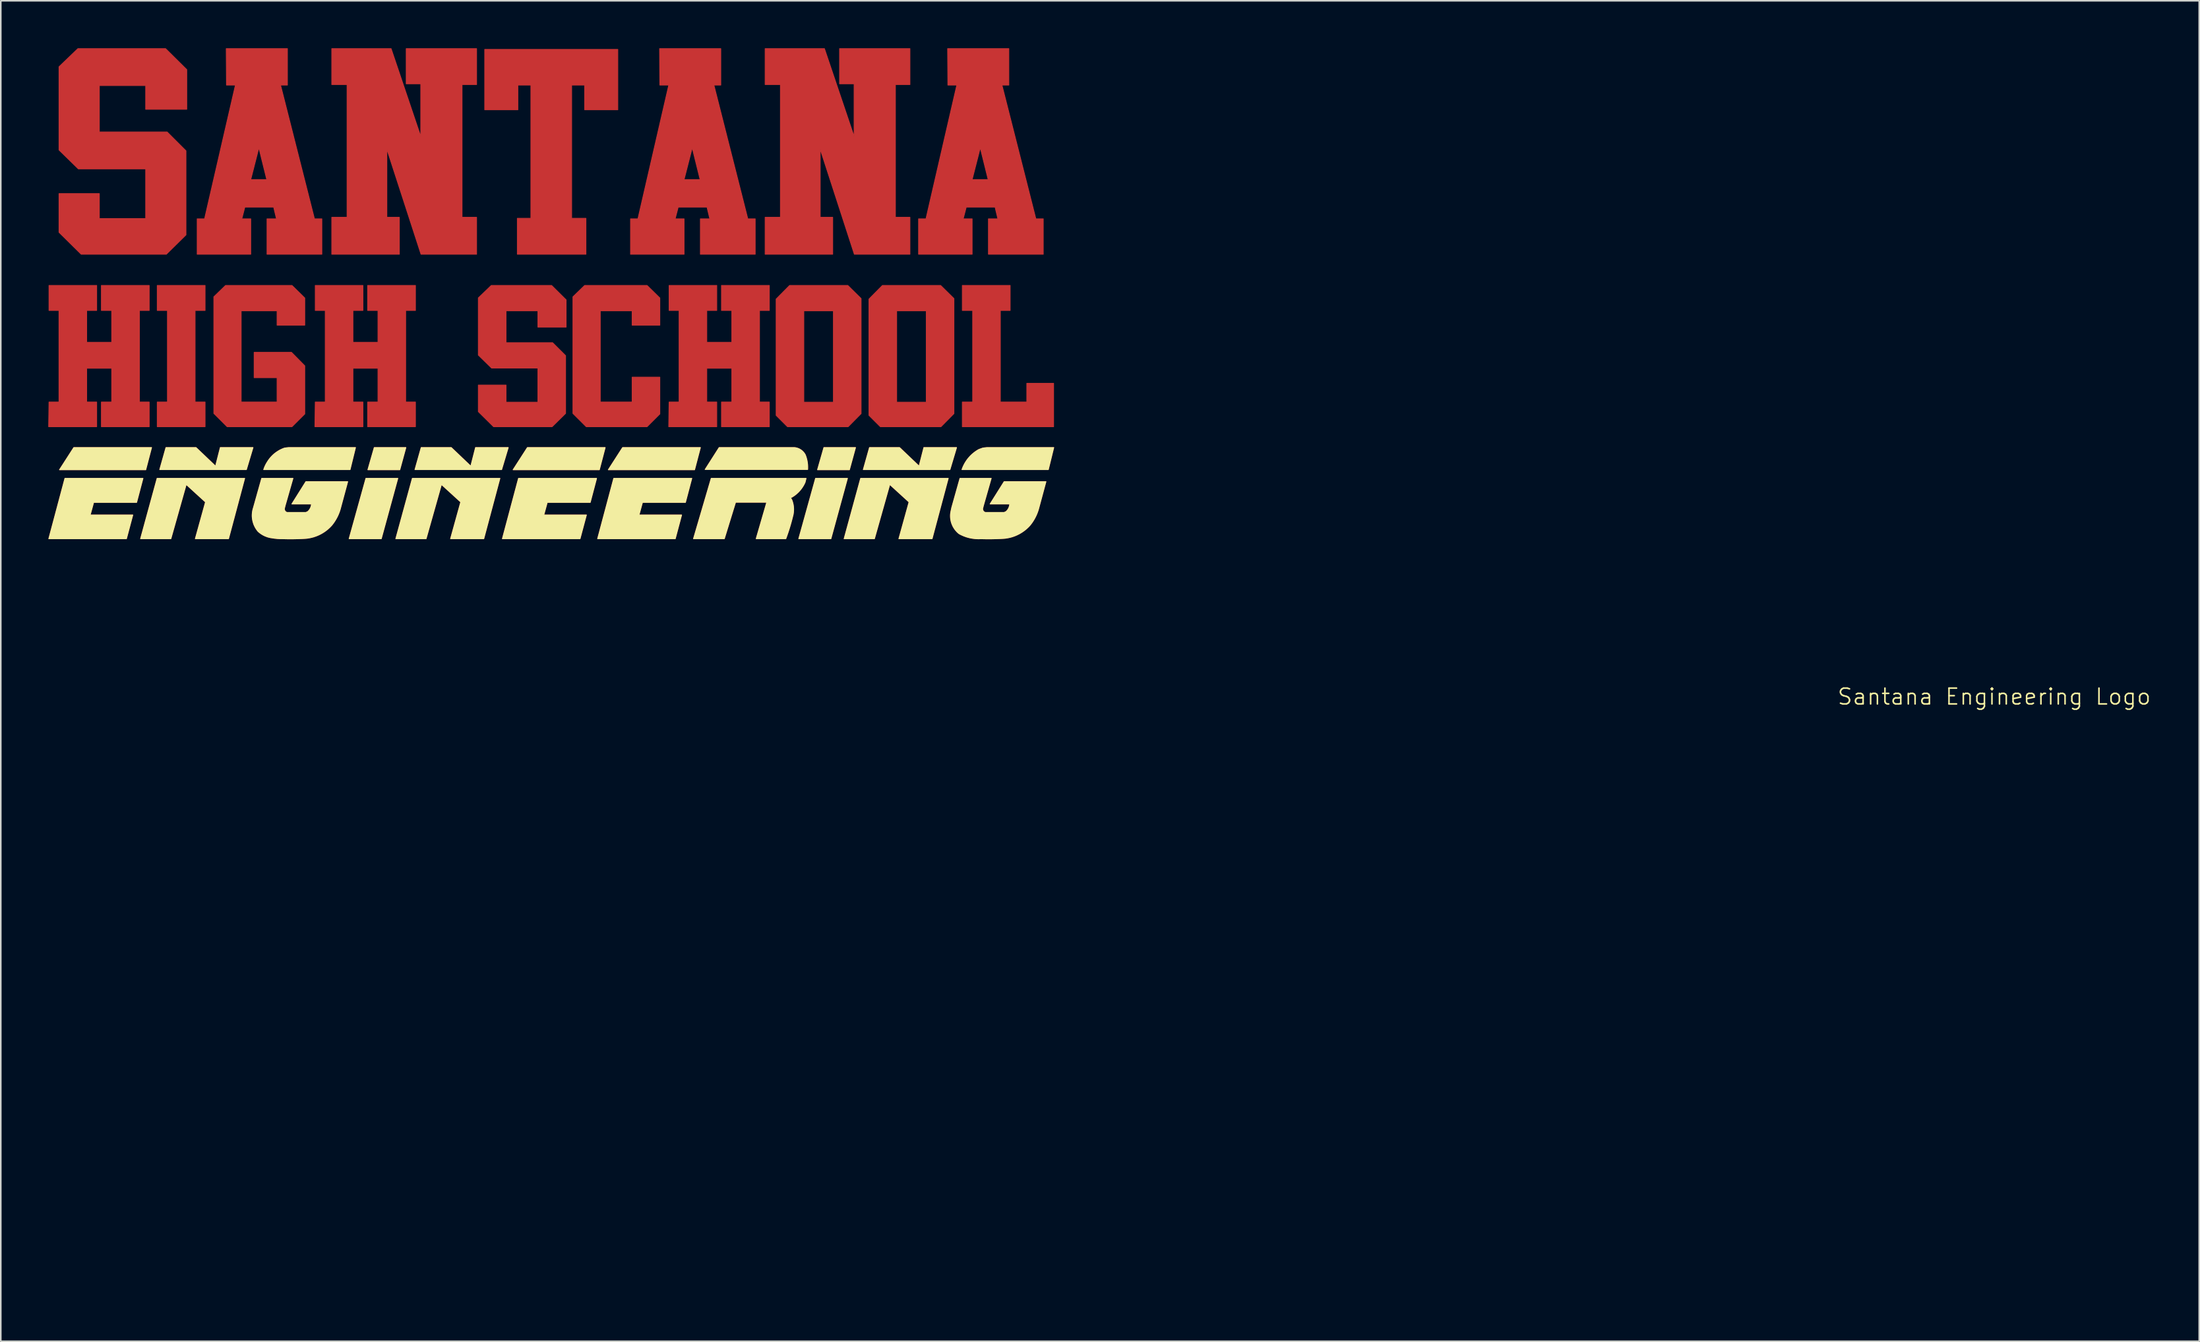
<source format=kicad_pcb>
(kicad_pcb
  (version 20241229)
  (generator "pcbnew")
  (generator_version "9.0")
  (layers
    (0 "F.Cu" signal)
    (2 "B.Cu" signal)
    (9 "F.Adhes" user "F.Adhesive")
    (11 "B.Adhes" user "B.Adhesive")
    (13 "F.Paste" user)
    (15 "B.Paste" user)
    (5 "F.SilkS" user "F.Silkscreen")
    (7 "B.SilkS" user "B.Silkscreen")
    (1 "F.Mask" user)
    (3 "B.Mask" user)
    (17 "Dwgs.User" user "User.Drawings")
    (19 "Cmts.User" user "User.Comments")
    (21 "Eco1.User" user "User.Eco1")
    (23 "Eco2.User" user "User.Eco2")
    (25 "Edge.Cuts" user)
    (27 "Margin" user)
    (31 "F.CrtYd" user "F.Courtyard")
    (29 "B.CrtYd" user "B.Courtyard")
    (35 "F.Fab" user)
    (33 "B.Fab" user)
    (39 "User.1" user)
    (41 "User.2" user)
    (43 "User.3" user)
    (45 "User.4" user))
  (footprint "Santana Engineering Logo"
    (layer "F.Cu")
    (at 111.681 78.495)
    (property "Reference" "Santana Engineering Logo" (at 11.28 -37.5 0) (unlocked yes) (layer "F.SilkS") (effects (font (size 1 1) (thickness 0.1))))
    (fp_poly (pts (xy -105.522 -51.847) (xy -110.971 -51.847) (xy -110.068 -53.251) (xy -105.155 -53.251)) (stroke (width 0.05) (type solid)) (fill yes) (layer "F.Cu"))
    (fp_poly (pts (xy -90.639 -47.485) (xy -92.67 -47.485) (xy -91.609 -51.304) (xy -89.595 -51.304)) (stroke (width 0.05) (type solid)) (fill yes) (layer "F.Cu"))
    (fp_poly (pts (xy -89.469 -51.847) (xy -91.484 -51.847) (xy -91.082 -53.251) (xy -89.085 -53.251)) (stroke (width 0.05) (type solid)) (fill yes) (layer "F.Cu"))
    (fp_poly (pts (xy -76.86 -51.847) (xy -82.308 -51.847) (xy -81.405 -53.251) (xy -76.492 -53.251)) (stroke (width 0.05) (type solid)) (fill yes) (layer "F.Cu"))
    (fp_poly (pts (xy -70.843 -51.847) (xy -76.292 -51.847) (xy -75.389 -53.251) (xy -70.475 -53.251)) (stroke (width 0.05) (type solid)) (fill yes) (layer "F.Cu"))
    (fp_poly (pts (xy -62.228 -47.485) (xy -64.258 -47.485) (xy -63.197 -51.304) (xy -61.183 -51.304)) (stroke (width 0.05) (type solid)) (fill yes) (layer "F.Cu"))
    (fp_poly (pts (xy -61.058 -51.847) (xy -63.071 -51.847) (xy -62.67 -53.251) (xy -60.673 -53.251)) (stroke (width 0.05) (type solid)) (fill yes) (layer "F.Cu"))
    (fp_poly (pts (xy -101.11 -52.072) (xy -100.809 -53.251) (xy -98.745 -53.251) (xy -99.163 -51.855) (xy -104.637 -51.855) (xy -104.244 -53.251) (xy -102.347 -53.251)) (stroke (width 0.05) (type solid)) (fill yes) (layer "F.Cu"))
    (fp_poly (pts (xy -84.982 -52.072) (xy -84.681 -53.251) (xy -82.617 -53.251) (xy -83.035 -51.855) (xy -88.509 -51.855) (xy -88.116 -53.251) (xy -86.219 -53.251)) (stroke (width 0.05) (type solid)) (fill yes) (layer "F.Cu"))
    (fp_poly (pts (xy -56.654 -52.072) (xy -56.353 -53.251) (xy -54.289 -53.251) (xy -54.707 -51.855) (xy -60.18 -51.855) (xy -59.788 -53.251) (xy -57.891 -53.251)) (stroke (width 0.05) (type solid)) (fill yes) (layer "F.Cu"))
    (fp_poly (pts (xy -106.099 -49.783) (xy -108.815 -49.783) (xy -109.032 -48.989) (xy -106.341 -48.989) (xy -106.742 -47.485) (xy -111.647 -47.485) (xy -110.628 -51.304) (xy -105.698 -51.304)) (stroke (width 0.05) (type solid)) (fill yes) (layer "F.Cu"))
    (fp_poly (pts (xy -100.291 -47.485) (xy -102.388 -47.485) (xy -101.745 -49.805) (xy -102.965 -50.919) (xy -103.934 -47.485) (xy -105.848 -47.485) (xy -104.803 -51.304) (xy -99.272 -51.304)) (stroke (width 0.05) (type solid)) (fill yes) (layer "F.Cu"))
    (fp_poly (pts (xy -84.163 -47.485) (xy -86.26 -47.485) (xy -85.617 -49.805) (xy -86.837 -50.919) (xy -87.807 -47.485) (xy -89.72 -47.485) (xy -88.675 -51.304) (xy -83.144 -51.304)) (stroke (width 0.05) (type solid)) (fill yes) (layer "F.Cu"))
    (fp_poly (pts (xy -77.436 -49.783) (xy -80.152 -49.783) (xy -80.369 -48.989) (xy -77.678 -48.989) (xy -78.08 -47.485) (xy -82.985 -47.485) (xy -81.966 -51.304) (xy -77.035 -51.304)) (stroke (width 0.05) (type solid)) (fill yes) (layer "F.Cu"))
    (fp_poly (pts (xy -71.42 -49.783) (xy -74.135 -49.783) (xy -74.353 -48.989) (xy -71.662 -48.989) (xy -72.063 -47.485) (xy -76.968 -47.485) (xy -75.949 -51.304) (xy -71.019 -51.304)) (stroke (width 0.05) (type solid)) (fill yes) (layer "F.Cu"))
    (fp_poly (pts (xy -55.835 -47.485) (xy -57.932 -47.485) (xy -57.289 -49.805) (xy -58.509 -50.919) (xy -59.478 -47.485) (xy -61.392 -47.485) (xy -60.347 -51.304) (xy -54.815 -51.304)) (stroke (width 0.05) (type solid)) (fill yes) (layer "F.Cu"))
    (fp_poly (pts (xy -101.772 -61.917) (xy -102.403 -61.917) (xy -102.403 -56.128) (xy -101.772 -56.128) (xy -101.772 -54.568) (xy -104.794 -54.568) (xy -104.794 -56.128) (xy -104.151 -56.128) (xy -104.151 -61.917) (xy -104.794 -61.917) (xy -104.794 -63.5) (xy -101.772 -63.5)) (stroke (width 0.05) (type solid)) (fill yes) (layer "F.Cu"))
    (fp_poly (pts (xy -50.901 -61.917) (xy -51.521 -61.917) (xy -51.521 -56.128) (xy -49.849 -56.128) (xy -49.849 -57.312) (xy -48.156 -57.312) (xy -48.156 -54.568) (xy -53.923 -54.568) (xy -53.923 -56.128) (xy -53.269 -56.128) (xy -53.269 -61.917) (xy -53.923 -61.917) (xy -53.923 -63.5) (xy -50.901 -63.5)) (stroke (width 0.05) (type solid)) (fill yes) (layer "F.Cu"))
    (fp_poly (pts (xy -60.32 -62.671) (xy -60.32 -55.397) (xy -61.139 -54.568) (xy -64.969 -54.568) (xy -65.688 -55.286) (xy -65.688 -56.117) (xy -63.939 -56.117) (xy -62.069 -56.117) (xy -62.069 -61.895) (xy -63.939 -61.895) (xy -63.939 -56.117) (xy -65.688 -56.117) (xy -65.688 -62.638) (xy -64.836 -63.5) (xy -61.161 -63.5)) (stroke (width 0.05) (type solid)) (fill yes) (layer "F.Cu"))
    (fp_poly (pts (xy -54.454 -62.671) (xy -54.454 -55.397) (xy -55.273 -54.568) (xy -59.102 -54.568) (xy -59.822 -55.286) (xy -59.822 -56.117) (xy -58.073 -56.117) (xy -56.202 -56.117) (xy -56.202 -61.895) (xy -58.073 -61.895) (xy -58.073 -56.117) (xy -59.822 -56.117) (xy -59.822 -62.638) (xy -58.97 -63.5) (xy -55.295 -63.5)) (stroke (width 0.05) (type solid)) (fill yes) (layer "F.Cu"))
    (fp_poly (pts (xy -75.694 -74.605) (xy -77.787 -74.605) (xy -77.787 -76.167) (xy -78.609 -76.167) (xy -78.609 -67.743) (xy -77.707 -67.743) (xy -77.707 -65.472) (xy -82.04 -65.472) (xy -82.04 -67.743) (xy -81.186 -67.743) (xy -81.186 -76.167) (xy -82.008 -76.167) (xy -82.008 -74.605) (xy -84.102 -74.605) (xy -84.102 -78.422) (xy -75.694 -78.422)) (stroke (width 0.05) (type solid)) (fill yes) (layer "F.Cu"))
    (fp_poly (pts (xy -73.038 -62.707) (xy -73.038 -60.987) (xy -74.787 -60.987) (xy -74.787 -61.895) (xy -76.801 -61.895) (xy -76.801 -56.128) (xy -74.787 -56.128) (xy -74.787 -57.7) (xy -73.038 -57.7) (xy -73.038 -55.375) (xy -73.846 -54.568) (xy -77.686 -54.568) (xy -78.528 -55.408) (xy -78.528 -62.781) (xy -77.786 -63.5) (xy -73.846 -63.5)) (stroke (width 0.05) (type solid)) (fill yes) (layer "F.Cu"))
    (fp_poly (pts (xy -95.474 -62.707) (xy -95.474 -60.987) (xy -97.223 -60.987) (xy -97.223 -61.895) (xy -99.492 -61.895) (xy -99.492 -56.128) (xy -97.223 -56.128) (xy -97.223 -57.667) (xy -98.672 -57.667) (xy -98.672 -59.272) (xy -96.315 -59.272) (xy -95.474 -58.419) (xy -95.474 -55.375) (xy -96.282 -54.568) (xy -100.377 -54.568) (xy -101.218 -55.408) (xy -101.218 -62.781) (xy -100.477 -63.5) (xy -96.282 -63.5)) (stroke (width 0.05) (type solid)) (fill yes) (layer "F.Cu"))
    (fp_poly (pts (xy -48.49 -51.855) (xy -53.946 -51.855) (xy -53.909 -51.956) (xy -53.868 -52.055) (xy -53.822 -52.151) (xy -53.772 -52.245) (xy -53.717 -52.337) (xy -53.659 -52.425) (xy -53.597 -52.511) (xy -53.53 -52.594) (xy -53.46 -52.673) (xy -53.387 -52.75) (xy -53.309 -52.823) (xy -53.229 -52.892) (xy -53.145 -52.958) (xy -53.058 -53.02) (xy -52.968 -53.078) (xy -52.875 -53.131) (xy -52.624 -53.221) (xy -52.367 -53.251) (xy -48.147 -53.251)) (stroke (width 0.05) (type solid)) (fill yes) (layer "F.Cu"))
    (fp_poly (pts (xy -102.931 -77.144) (xy -102.931 -74.637) (xy -105.525 -74.637) (xy -105.525 -76.135) (xy -108.456 -76.135) (xy -108.456 -73.203) (xy -104.172 -73.203) (xy -102.98 -72.011) (xy -102.98 -66.696) (xy -104.22 -65.472) (xy -109.6 -65.472) (xy -111.001 -66.857) (xy -111.001 -69.305) (xy -108.456 -69.305) (xy -108.456 -67.727) (xy -105.525 -67.727) (xy -105.525 -70.868) (xy -109.781 -70.868) (xy -111.001 -72.062) (xy -111.001 -77.324) (xy -109.809 -78.47) (xy -104.268 -78.47)) (stroke (width 0.05) (type solid)) (fill yes) (layer "F.Cu"))
    (fp_poly (pts (xy -88.144 -72.914) (xy -88.144 -76.248) (xy -89.063 -76.248) (xy -89.063 -78.47) (xy -84.617 -78.47) (xy -84.617 -76.199) (xy -85.535 -76.199) (xy -85.535 -67.807) (xy -84.617 -67.807) (xy -84.617 -65.472) (xy -88.128 -65.472) (xy -90.287 -72.124) (xy -90.287 -67.807) (xy -89.498 -67.807) (xy -89.498 -65.472) (xy -93.766 -65.472) (xy -93.766 -67.807) (xy -92.8 -67.807) (xy -92.8 -76.199) (xy -93.766 -76.199) (xy -93.766 -78.47) (xy -90.018 -78.47)) (stroke (width 0.05) (type solid)) (fill yes) (layer "F.Cu"))
    (fp_poly (pts (xy -78.959 -62.588) (xy -78.959 -60.866) (xy -80.742 -60.866) (xy -80.742 -61.895) (xy -82.756 -61.895) (xy -82.756 -59.88) (xy -79.812 -59.88) (xy -78.993 -59.062) (xy -78.993 -55.409) (xy -79.845 -54.568) (xy -83.542 -54.568) (xy -84.505 -55.519) (xy -84.505 -57.202) (xy -82.756 -57.202) (xy -82.756 -56.117) (xy -80.742 -56.117) (xy -80.742 -58.275) (xy -83.666 -58.275) (xy -84.505 -59.096) (xy -84.505 -62.712) (xy -83.686 -63.5) (xy -79.878 -63.5)) (stroke (width 0.05) (type solid)) (fill yes) (layer "F.Cu"))
    (fp_poly (pts (xy -60.762 -72.914) (xy -60.762 -76.248) (xy -61.68 -76.248) (xy -61.68 -78.47) (xy -57.234 -78.47) (xy -57.234 -76.199) (xy -58.152 -76.199) (xy -58.152 -67.807) (xy -57.234 -67.807) (xy -57.234 -65.472) (xy -60.746 -65.472) (xy -62.904 -72.124) (xy -62.904 -67.807) (xy -62.115 -67.807) (xy -62.115 -65.472) (xy -66.383 -65.472) (xy -66.383 -67.807) (xy -65.417 -67.807) (xy -65.417 -76.199) (xy -66.383 -76.199) (xy -66.383 -78.47) (xy -62.636 -78.47)) (stroke (width 0.05) (type solid)) (fill yes) (layer "F.Cu"))
    (fp_poly (pts (xy -96.569 -76.167) (xy -97.004 -76.167) (xy -94.861 -67.711) (xy -94.394 -67.711) (xy -94.394 -65.472) (xy -97.858 -65.472) (xy -97.858 -67.711) (xy -97.261 -67.711) (xy -97.439 -68.452) (xy -99.259 -68.452) (xy -99.452 -67.711) (xy -98.888 -67.711) (xy -98.888 -65.472) (xy -102.271 -65.472) (xy -102.271 -67.711) (xy -101.804 -67.711) (xy -101.232 -70.191) (xy -98.888 -70.191) (xy -97.874 -70.191) (xy -98.373 -72.205) (xy -98.888 -70.191) (xy -101.232 -70.191) (xy -99.855 -76.167) (xy -100.419 -76.167) (xy -100.435 -78.47) (xy -96.569 -78.47)) (stroke (width 0.05) (type solid)) (fill yes) (layer "F.Cu"))
    (fp_poly (pts (xy -69.186 -76.167) (xy -69.621 -76.167) (xy -67.479 -67.711) (xy -67.012 -67.711) (xy -67.012 -65.472) (xy -70.475 -65.472) (xy -70.475 -67.711) (xy -69.879 -67.711) (xy -70.056 -68.452) (xy -71.876 -68.452) (xy -72.069 -67.711) (xy -71.506 -67.711) (xy -71.506 -65.472) (xy -74.888 -65.472) (xy -74.888 -67.711) (xy -74.421 -67.711) (xy -73.849 -70.191) (xy -71.506 -70.191) (xy -70.491 -70.191) (xy -70.99 -72.205) (xy -71.506 -70.191) (xy -73.849 -70.191) (xy -72.472 -76.167) (xy -73.036 -76.167) (xy -73.052 -78.47) (xy -69.186 -78.47)) (stroke (width 0.05) (type solid)) (fill yes) (layer "F.Cu"))
    (fp_poly (pts (xy -50.985 -76.167) (xy -51.42 -76.167) (xy -49.277 -67.711) (xy -48.81 -67.711) (xy -48.81 -65.472) (xy -52.273 -65.472) (xy -52.273 -67.711) (xy -51.677 -67.711) (xy -51.854 -68.452) (xy -53.675 -68.452) (xy -53.868 -67.711) (xy -53.304 -67.711) (xy -53.304 -65.472) (xy -56.687 -65.472) (xy -56.687 -67.711) (xy -56.22 -67.711) (xy -55.648 -70.191) (xy -53.304 -70.191) (xy -52.29 -70.191) (xy -52.789 -72.205) (xy -53.304 -70.191) (xy -55.648 -70.191) (xy -54.271 -76.167) (xy -54.835 -76.167) (xy -54.851 -78.47) (xy -50.985 -78.47)) (stroke (width 0.05) (type solid)) (fill yes) (layer "F.Cu"))
    (fp_poly (pts (xy -108.623 -61.917) (xy -109.254 -61.917) (xy -109.254 -59.903) (xy -107.671 -59.903) (xy -107.671 -61.917) (xy -108.324 -61.917) (xy -108.324 -63.5) (xy -105.303 -63.5) (xy -105.303 -61.917) (xy -105.922 -61.917) (xy -105.922 -56.128) (xy -105.303 -56.128) (xy -105.303 -54.568) (xy -108.324 -54.568) (xy -108.324 -56.128) (xy -107.671 -56.128) (xy -107.671 -58.265) (xy -109.254 -58.265) (xy -109.254 -56.128) (xy -108.623 -56.128) (xy -108.623 -54.568) (xy -111.656 -54.568) (xy -111.634 -56.128) (xy -111.003 -56.128) (xy -111.003 -61.917) (xy -111.634 -61.917) (xy -111.634 -63.5) (xy -108.623 -63.5)) (stroke (width 0.05) (type solid)) (fill yes) (layer "F.Cu"))
    (fp_poly (pts (xy -92.612 -51.855) (xy -98.068 -51.855) (xy -98.047 -51.917) (xy -98.025 -51.978) (xy -98 -52.039) (xy -97.973 -52.099) (xy -97.945 -52.157) (xy -97.914 -52.215) (xy -97.881 -52.272) (xy -97.847 -52.327) (xy -97.798 -52.405) (xy -97.747 -52.48) (xy -97.692 -52.552) (xy -97.634 -52.622) (xy -97.574 -52.688) (xy -97.51 -52.753) (xy -97.444 -52.814) (xy -97.376 -52.872) (xy -97.305 -52.927) (xy -97.231 -52.979) (xy -97.155 -53.028) (xy -97.077 -53.074) (xy -96.997 -53.116) (xy -96.915 -53.154) (xy -96.831 -53.189) (xy -96.745 -53.221) (xy -96.489 -53.251) (xy -92.269 -53.251)) (stroke (width 0.05) (type solid)) (fill yes) (layer "F.Cu"))
    (fp_poly (pts (xy -91.799 -61.917) (xy -92.43 -61.917) (xy -92.43 -59.903) (xy -90.847 -59.903) (xy -90.847 -61.917) (xy -91.5 -61.917) (xy -91.5 -63.5) (xy -88.479 -63.5) (xy -88.479 -61.917) (xy -89.098 -61.917) (xy -89.098 -56.128) (xy -88.479 -56.128) (xy -88.479 -54.568) (xy -91.5 -54.568) (xy -91.5 -56.128) (xy -90.847 -56.128) (xy -90.847 -58.265) (xy -92.43 -58.265) (xy -92.43 -56.128) (xy -91.799 -56.128) (xy -91.799 -54.568) (xy -94.832 -54.568) (xy -94.81 -56.128) (xy -94.179 -56.128) (xy -94.179 -61.917) (xy -94.81 -61.917) (xy -94.81 -63.5) (xy -91.799 -63.5)) (stroke (width 0.05) (type solid)) (fill yes) (layer "F.Cu"))
    (fp_poly (pts (xy -69.441 -61.917) (xy -70.072 -61.917) (xy -70.072 -59.903) (xy -68.489 -59.903) (xy -68.489 -61.917) (xy -69.141 -61.917) (xy -69.141 -63.5) (xy -66.12 -63.5) (xy -66.12 -61.917) (xy -66.74 -61.917) (xy -66.74 -56.128) (xy -66.12 -56.128) (xy -66.12 -54.568) (xy -69.141 -54.568) (xy -69.141 -56.128) (xy -68.489 -56.128) (xy -68.489 -58.265) (xy -70.072 -58.265) (xy -70.072 -56.128) (xy -69.441 -56.128) (xy -69.441 -54.568) (xy -72.474 -54.568) (xy -72.451 -56.128) (xy -71.82 -56.128) (xy -71.82 -61.917) (xy -72.451 -61.917) (xy -72.451 -63.5) (xy -69.441 -63.5)) (stroke (width 0.05) (type solid)) (fill yes) (layer "F.Cu"))
    (fp_poly (pts (xy -64.48 -53.244) (xy -64.427 -53.234) (xy -64.375 -53.221) (xy -64.324 -53.205) (xy -64.274 -53.186) (xy -64.226 -53.164) (xy -64.18 -53.139) (xy -64.135 -53.111) (xy -64.091 -53.081) (xy -64.05 -53.048) (xy -64.011 -53.012) (xy -63.973 -52.974) (xy -63.939 -52.934) (xy -63.906 -52.891) (xy -63.876 -52.846) (xy -63.849 -52.799) (xy -63.827 -52.744) (xy -63.807 -52.687) (xy -63.788 -52.63) (xy -63.771 -52.573) (xy -63.756 -52.515) (xy -63.742 -52.457) (xy -63.73 -52.399) (xy -63.72 -52.34) (xy -63.711 -52.281) (xy -63.704 -52.222) (xy -63.699 -52.162) (xy -63.696 -52.103) (xy -63.694 -52.043) (xy -63.694 -51.983) (xy -63.695 -51.923) (xy -63.698 -51.863) (xy -70.174 -51.863) (xy -69.289 -53.251) (xy -64.534 -53.251)) (stroke (width 0.05) (type solid)) (fill yes) (layer "F.Cu"))
    (fp_poly (pts (xy -63.86 -51.052) (xy -63.894 -50.979) (xy -63.93 -50.908) (xy -63.969 -50.838) (xy -64.011 -50.771) (xy -64.055 -50.705) (xy -64.101 -50.64) (xy -64.151 -50.578) (xy -64.202 -50.518) (xy -64.256 -50.46) (xy -64.312 -50.404) (xy -64.37 -50.35) (xy -64.43 -50.298) (xy -64.493 -50.249) (xy -64.557 -50.202) (xy -64.624 -50.158) (xy -64.692 -50.116) (xy -64.776 -50.081) (xy -64.692 -49.928) (xy -64.67 -49.866) (xy -64.65 -49.804) (xy -64.632 -49.74) (xy -64.618 -49.677) (xy -64.605 -49.613) (xy -64.596 -49.548) (xy -64.589 -49.483) (xy -64.584 -49.418) (xy -64.582 -49.353) (xy -64.583 -49.288) (xy -64.587 -49.223) (xy -64.593 -49.157) (xy -64.601 -49.093) (xy -64.612 -49.028) (xy -64.626 -48.964) (xy -64.643 -48.9) (xy -64.688 -48.72) (xy -64.736 -48.542) (xy -64.786 -48.363) (xy -64.839 -48.186) (xy -64.895 -48.009) (xy -64.953 -47.834) (xy -65.014 -47.659) (xy -65.077 -47.485) (xy -66.949 -47.485) (xy -66.28 -49.791) (xy -68.253 -49.791) (xy -68.963 -47.485) (xy -70.91 -47.485) (xy -69.79 -51.304) (xy -63.798 -51.304)) (stroke (width 0.05) (type solid)) (fill yes) (layer "F.Cu"))
    (fp_poly (pts (xy -52.593 -49.576) (xy -52.624 -49.452) (xy -52.628 -49.44) (xy -52.631 -49.429) (xy -52.634 -49.417) (xy -52.636 -49.405) (xy -52.638 -49.393) (xy -52.639 -49.381) (xy -52.639 -49.369) (xy -52.638 -49.357) (xy -52.637 -49.345) (xy -52.636 -49.333) (xy -52.634 -49.322) (xy -52.631 -49.31) (xy -52.627 -49.298) (xy -52.623 -49.287) (xy -52.618 -49.276) (xy -52.613 -49.265) (xy -52.607 -49.254) (xy -52.601 -49.244) (xy -52.594 -49.234) (xy -52.587 -49.224) (xy -52.579 -49.215) (xy -52.571 -49.207) (xy -52.562 -49.198) (xy -52.553 -49.191) (xy -52.543 -49.183) (xy -52.533 -49.177) (xy -52.523 -49.17) (xy -52.512 -49.165) (xy -52.502 -49.16) (xy -52.49 -49.155) (xy -52.479 -49.151) (xy -52.467 -49.148) (xy -51.281 -49.148) (xy -51.166 -49.2) (xy -51.14 -49.224) (xy -51.115 -49.248) (xy -51.092 -49.274) (xy -51.07 -49.301) (xy -51.05 -49.328) (xy -51.031 -49.357) (xy -51.014 -49.387) (xy -50.998 -49.417) (xy -50.984 -49.448) (xy -50.971 -49.48) (xy -50.96 -49.513) (xy -50.95 -49.546) (xy -50.943 -49.579) (xy -50.937 -49.613) (xy -50.932 -49.648) (xy -50.93 -49.683) (xy -52.167 -49.683) (xy -51.281 -51.095) (xy -48.64 -51.095) (xy -49.083 -49.453) (xy -49.103 -49.377) (xy -49.126 -49.302) (xy -49.15 -49.227) (xy -49.177 -49.153) (xy -49.205 -49.08) (xy -49.235 -49.007) (xy -49.268 -48.936) (xy -49.302 -48.865) (xy -49.338 -48.796) (xy -49.376 -48.727) (xy -49.416 -48.66) (xy -49.458 -48.593) (xy -49.501 -48.528) (xy -49.547 -48.464) (xy -49.594 -48.401) (xy -49.643 -48.339) (xy -49.729 -48.245) (xy -49.821 -48.157) (xy -49.916 -48.073) (xy -50.015 -47.995) (xy -50.118 -47.922) (xy -50.224 -47.854) (xy -50.333 -47.792) (xy -50.445 -47.735) (xy -50.56 -47.684) (xy -50.677 -47.639) (xy -50.796 -47.6) (xy -50.918 -47.567) (xy -51.042 -47.541) (xy -51.167 -47.52) (xy -51.293 -47.506) (xy -51.42 -47.498) (xy -51.755 -47.485) (xy -52.09 -47.478) (xy -52.425 -47.478) (xy -52.76 -47.485) (xy -52.85 -47.481) (xy -52.94 -47.481) (xy -53.03 -47.484) (xy -53.119 -47.491) (xy -53.208 -47.5) (xy -53.296 -47.513) (xy -53.384 -47.528) (xy -53.472 -47.547) (xy -53.558 -47.569) (xy -53.644 -47.594) (xy -53.729 -47.622) (xy -53.813 -47.654) (xy -53.896 -47.688) (xy -53.977 -47.725) (xy -54.058 -47.765) (xy -54.137 -47.809) (xy -54.211 -47.872) (xy -54.28 -47.94) (xy -54.343 -48.012) (xy -54.402 -48.087) (xy -54.455 -48.166) (xy -54.503 -48.248) (xy -54.545 -48.333) (xy -54.581 -48.42) (xy -54.612 -48.509) (xy -54.636 -48.601) (xy -54.655 -48.694) (xy -54.667 -48.788) (xy -54.673 -48.883) (xy -54.673 -48.979) (xy -54.666 -49.076) (xy -54.652 -49.172) (xy -54.59 -49.461) (xy -54.072 -51.304) (xy -52.1 -51.304)) (stroke (width 0.05) (type solid)) (fill yes) (layer "F.Cu"))
    (fp_poly (pts (xy -96.715 -49.576) (xy -96.746 -49.452) (xy -96.75 -49.44) (xy -96.753 -49.429) (xy -96.756 -49.417) (xy -96.758 -49.405) (xy -96.759 -49.393) (xy -96.76 -49.381) (xy -96.761 -49.369) (xy -96.76 -49.357) (xy -96.759 -49.345) (xy -96.758 -49.333) (xy -96.755 -49.322) (xy -96.753 -49.31) (xy -96.749 -49.298) (xy -96.745 -49.287) (xy -96.74 -49.276) (xy -96.735 -49.265) (xy -96.729 -49.254) (xy -96.723 -49.244) (xy -96.716 -49.234) (xy -96.708 -49.224) (xy -96.701 -49.215) (xy -96.692 -49.207) (xy -96.684 -49.198) (xy -96.674 -49.191) (xy -96.665 -49.183) (xy -96.655 -49.177) (xy -96.645 -49.17) (xy -96.634 -49.165) (xy -96.623 -49.16) (xy -96.612 -49.155) (xy -96.601 -49.151) (xy -96.589 -49.148) (xy -95.403 -49.148) (xy -95.288 -49.2) (xy -95.262 -49.224) (xy -95.237 -49.248) (xy -95.214 -49.274) (xy -95.192 -49.301) (xy -95.172 -49.328) (xy -95.153 -49.357) (xy -95.136 -49.387) (xy -95.12 -49.417) (xy -95.105 -49.448) (xy -95.093 -49.48) (xy -95.082 -49.513) (xy -95.072 -49.546) (xy -95.064 -49.579) (xy -95.058 -49.613) (xy -95.054 -49.648) (xy -95.052 -49.683) (xy -96.288 -49.683) (xy -95.403 -51.095) (xy -92.762 -51.095) (xy -93.205 -49.453) (xy -93.225 -49.377) (xy -93.247 -49.302) (xy -93.272 -49.227) (xy -93.298 -49.153) (xy -93.327 -49.08) (xy -93.357 -49.007) (xy -93.389 -48.936) (xy -93.424 -48.865) (xy -93.46 -48.796) (xy -93.498 -48.727) (xy -93.538 -48.66) (xy -93.58 -48.593) (xy -93.623 -48.528) (xy -93.669 -48.464) (xy -93.716 -48.401) (xy -93.765 -48.339) (xy -93.852 -48.245) (xy -93.943 -48.157) (xy -94.038 -48.073) (xy -94.137 -47.995) (xy -94.24 -47.922) (xy -94.346 -47.854) (xy -94.455 -47.792) (xy -94.567 -47.735) (xy -94.682 -47.684) (xy -94.799 -47.64) (xy -94.918 -47.6) (xy -95.04 -47.568) (xy -95.163 -47.541) (xy -95.288 -47.52) (xy -95.415 -47.506) (xy -95.542 -47.498) (xy -95.877 -47.485) (xy -96.212 -47.478) (xy -96.547 -47.478) (xy -96.882 -47.485) (xy -96.964 -47.485) (xy -97.047 -47.487) (xy -97.129 -47.491) (xy -97.211 -47.496) (xy -97.293 -47.504) (xy -97.375 -47.513) (xy -97.457 -47.524) (xy -97.538 -47.537) (xy -97.6 -47.546) (xy -97.662 -47.557) (xy -97.723 -47.571) (xy -97.783 -47.587) (xy -97.843 -47.605) (xy -97.901 -47.626) (xy -97.959 -47.649) (xy -98.016 -47.674) (xy -98.072 -47.701) (xy -98.126 -47.731) (xy -98.18 -47.762) (xy -98.232 -47.796) (xy -98.283 -47.832) (xy -98.333 -47.87) (xy -98.381 -47.909) (xy -98.428 -47.951) (xy -98.491 -48.031) (xy -98.549 -48.115) (xy -98.601 -48.201) (xy -98.647 -48.291) (xy -98.687 -48.382) (xy -98.72 -48.476) (xy -98.748 -48.572) (xy -98.769 -48.669) (xy -98.785 -48.767) (xy -98.794 -48.866) (xy -98.796 -48.965) (xy -98.792 -49.065) (xy -98.782 -49.165) (xy -98.765 -49.265) (xy -98.742 -49.363) (xy -98.712 -49.461) (xy -98.194 -51.304) (xy -96.221 -51.304)) (stroke (width 0.05) (type solid)) (fill yes) (layer "F.Cu"))
    (fp_poly (pts (xy -101.772 -61.917) (xy -102.403 -61.917) (xy -102.403 -56.128) (xy -101.772 -56.128) (xy -101.772 -54.568) (xy -104.794 -54.568) (xy -104.794 -56.128) (xy -104.151 -56.128) (xy -104.151 -61.917) (xy -104.794 -61.917) (xy -104.794 -63.5) (xy -101.772 -63.5)) (stroke (width 0.05) (type solid)) (fill yes) (layer "F.Mask"))
    (fp_poly (pts (xy -50.901 -61.917) (xy -51.521 -61.917) (xy -51.521 -56.128) (xy -49.849 -56.128) (xy -49.849 -57.312) (xy -48.156 -57.312) (xy -48.156 -54.568) (xy -53.923 -54.568) (xy -53.923 -56.128) (xy -53.269 -56.128) (xy -53.269 -61.917) (xy -53.923 -61.917) (xy -53.923 -63.5) (xy -50.901 -63.5)) (stroke (width 0.05) (type solid)) (fill yes) (layer "F.Mask"))
    (fp_poly (pts (xy -60.32 -62.671) (xy -60.32 -55.397) (xy -61.139 -54.568) (xy -64.969 -54.568) (xy -65.688 -55.286) (xy -65.688 -56.117) (xy -63.939 -56.117) (xy -62.069 -56.117) (xy -62.069 -61.895) (xy -63.939 -61.895) (xy -63.939 -56.117) (xy -65.688 -56.117) (xy -65.688 -62.638) (xy -64.836 -63.5) (xy -61.161 -63.5)) (stroke (width 0.05) (type solid)) (fill yes) (layer "F.Mask"))
    (fp_poly (pts (xy -54.454 -62.671) (xy -54.454 -55.397) (xy -55.273 -54.568) (xy -59.102 -54.568) (xy -59.822 -55.286) (xy -59.822 -56.117) (xy -58.073 -56.117) (xy -56.202 -56.117) (xy -56.202 -61.895) (xy -58.073 -61.895) (xy -58.073 -56.117) (xy -59.822 -56.117) (xy -59.822 -62.638) (xy -58.97 -63.5) (xy -55.295 -63.5)) (stroke (width 0.05) (type solid)) (fill yes) (layer "F.Mask"))
    (fp_poly (pts (xy -75.694 -74.605) (xy -77.787 -74.605) (xy -77.787 -76.167) (xy -78.609 -76.167) (xy -78.609 -67.743) (xy -77.707 -67.743) (xy -77.707 -65.472) (xy -82.04 -65.472) (xy -82.04 -67.743) (xy -81.186 -67.743) (xy -81.186 -76.167) (xy -82.008 -76.167) (xy -82.008 -74.605) (xy -84.102 -74.605) (xy -84.102 -78.422) (xy -75.694 -78.422)) (stroke (width 0.05) (type solid)) (fill yes) (layer "F.Mask"))
    (fp_poly (pts (xy -73.038 -62.707) (xy -73.038 -60.987) (xy -74.787 -60.987) (xy -74.787 -61.895) (xy -76.801 -61.895) (xy -76.801 -56.128) (xy -74.787 -56.128) (xy -74.787 -57.7) (xy -73.038 -57.7) (xy -73.038 -55.375) (xy -73.846 -54.568) (xy -77.686 -54.568) (xy -78.528 -55.408) (xy -78.528 -62.781) (xy -77.786 -63.5) (xy -73.846 -63.5)) (stroke (width 0.05) (type solid)) (fill yes) (layer "F.Mask"))
    (fp_poly (pts (xy -95.474 -62.707) (xy -95.474 -60.987) (xy -97.223 -60.987) (xy -97.223 -61.895) (xy -99.492 -61.895) (xy -99.492 -56.128) (xy -97.223 -56.128) (xy -97.223 -57.667) (xy -98.672 -57.667) (xy -98.672 -59.272) (xy -96.315 -59.272) (xy -95.474 -58.419) (xy -95.474 -55.375) (xy -96.282 -54.568) (xy -100.377 -54.568) (xy -101.218 -55.408) (xy -101.218 -62.781) (xy -100.477 -63.5) (xy -96.282 -63.5)) (stroke (width 0.05) (type solid)) (fill yes) (layer "F.Mask"))
    (fp_poly (pts (xy -102.931 -77.144) (xy -102.931 -74.637) (xy -105.525 -74.637) (xy -105.525 -76.135) (xy -108.456 -76.135) (xy -108.456 -73.203) (xy -104.172 -73.203) (xy -102.98 -72.011) (xy -102.98 -66.696) (xy -104.22 -65.472) (xy -109.6 -65.472) (xy -111.001 -66.857) (xy -111.001 -69.305) (xy -108.456 -69.305) (xy -108.456 -67.727) (xy -105.525 -67.727) (xy -105.525 -70.868) (xy -109.781 -70.868) (xy -111.001 -72.062) (xy -111.001 -77.324) (xy -109.809 -78.47) (xy -104.268 -78.47)) (stroke (width 0.05) (type solid)) (fill yes) (layer "F.Mask"))
    (fp_poly (pts (xy -88.144 -72.914) (xy -88.144 -76.248) (xy -89.063 -76.248) (xy -89.063 -78.47) (xy -84.617 -78.47) (xy -84.617 -76.199) (xy -85.535 -76.199) (xy -85.535 -67.807) (xy -84.617 -67.807) (xy -84.617 -65.472) (xy -88.128 -65.472) (xy -90.287 -72.124) (xy -90.287 -67.807) (xy -89.498 -67.807) (xy -89.498 -65.472) (xy -93.766 -65.472) (xy -93.766 -67.807) (xy -92.8 -67.807) (xy -92.8 -76.199) (xy -93.766 -76.199) (xy -93.766 -78.47) (xy -90.018 -78.47)) (stroke (width 0.05) (type solid)) (fill yes) (layer "F.Mask"))
    (fp_poly (pts (xy -78.959 -62.588) (xy -78.959 -60.866) (xy -80.742 -60.866) (xy -80.742 -61.895) (xy -82.756 -61.895) (xy -82.756 -59.88) (xy -79.812 -59.88) (xy -78.993 -59.062) (xy -78.993 -55.409) (xy -79.845 -54.568) (xy -83.542 -54.568) (xy -84.505 -55.519) (xy -84.505 -57.202) (xy -82.756 -57.202) (xy -82.756 -56.117) (xy -80.742 -56.117) (xy -80.742 -58.275) (xy -83.666 -58.275) (xy -84.505 -59.096) (xy -84.505 -62.712) (xy -83.686 -63.5) (xy -79.878 -63.5)) (stroke (width 0.05) (type solid)) (fill yes) (layer "F.Mask"))
    (fp_poly (pts (xy -60.762 -72.914) (xy -60.762 -76.248) (xy -61.68 -76.248) (xy -61.68 -78.47) (xy -57.234 -78.47) (xy -57.234 -76.199) (xy -58.152 -76.199) (xy -58.152 -67.807) (xy -57.234 -67.807) (xy -57.234 -65.472) (xy -60.746 -65.472) (xy -62.904 -72.124) (xy -62.904 -67.807) (xy -62.115 -67.807) (xy -62.115 -65.472) (xy -66.383 -65.472) (xy -66.383 -67.807) (xy -65.417 -67.807) (xy -65.417 -76.199) (xy -66.383 -76.199) (xy -66.383 -78.47) (xy -62.636 -78.47)) (stroke (width 0.05) (type solid)) (fill yes) (layer "F.Mask"))
    (fp_poly (pts (xy -96.569 -76.167) (xy -97.004 -76.167) (xy -94.861 -67.711) (xy -94.394 -67.711) (xy -94.394 -65.472) (xy -97.858 -65.472) (xy -97.858 -67.711) (xy -97.261 -67.711) (xy -97.439 -68.452) (xy -99.259 -68.452) (xy -99.452 -67.711) (xy -98.888 -67.711) (xy -98.888 -65.472) (xy -102.271 -65.472) (xy -102.271 -67.711) (xy -101.804 -67.711) (xy -101.232 -70.191) (xy -98.888 -70.191) (xy -97.874 -70.191) (xy -98.373 -72.205) (xy -98.888 -70.191) (xy -101.232 -70.191) (xy -99.855 -76.167) (xy -100.419 -76.167) (xy -100.435 -78.47) (xy -96.569 -78.47)) (stroke (width 0.05) (type solid)) (fill yes) (layer "F.Mask"))
    (fp_poly (pts (xy -69.186 -76.167) (xy -69.621 -76.167) (xy -67.479 -67.711) (xy -67.012 -67.711) (xy -67.012 -65.472) (xy -70.475 -65.472) (xy -70.475 -67.711) (xy -69.879 -67.711) (xy -70.056 -68.452) (xy -71.876 -68.452) (xy -72.069 -67.711) (xy -71.506 -67.711) (xy -71.506 -65.472) (xy -74.888 -65.472) (xy -74.888 -67.711) (xy -74.421 -67.711) (xy -73.849 -70.191) (xy -71.506 -70.191) (xy -70.491 -70.191) (xy -70.99 -72.205) (xy -71.506 -70.191) (xy -73.849 -70.191) (xy -72.472 -76.167) (xy -73.036 -76.167) (xy -73.052 -78.47) (xy -69.186 -78.47)) (stroke (width 0.05) (type solid)) (fill yes) (layer "F.Mask"))
    (fp_poly (pts (xy -50.985 -76.167) (xy -51.42 -76.167) (xy -49.277 -67.711) (xy -48.81 -67.711) (xy -48.81 -65.472) (xy -52.273 -65.472) (xy -52.273 -67.711) (xy -51.677 -67.711) (xy -51.854 -68.452) (xy -53.675 -68.452) (xy -53.868 -67.711) (xy -53.304 -67.711) (xy -53.304 -65.472) (xy -56.687 -65.472) (xy -56.687 -67.711) (xy -56.22 -67.711) (xy -55.648 -70.191) (xy -53.304 -70.191) (xy -52.29 -70.191) (xy -52.789 -72.205) (xy -53.304 -70.191) (xy -55.648 -70.191) (xy -54.271 -76.167) (xy -54.835 -76.167) (xy -54.851 -78.47) (xy -50.985 -78.47)) (stroke (width 0.05) (type solid)) (fill yes) (layer "F.Mask"))
    (fp_poly (pts (xy -108.623 -61.917) (xy -109.254 -61.917) (xy -109.254 -59.903) (xy -107.671 -59.903) (xy -107.671 -61.917) (xy -108.324 -61.917) (xy -108.324 -63.5) (xy -105.303 -63.5) (xy -105.303 -61.917) (xy -105.922 -61.917) (xy -105.922 -56.128) (xy -105.303 -56.128) (xy -105.303 -54.568) (xy -108.324 -54.568) (xy -108.324 -56.128) (xy -107.671 -56.128) (xy -107.671 -58.265) (xy -109.254 -58.265) (xy -109.254 -56.128) (xy -108.623 -56.128) (xy -108.623 -54.568) (xy -111.656 -54.568) (xy -111.634 -56.128) (xy -111.003 -56.128) (xy -111.003 -61.917) (xy -111.634 -61.917) (xy -111.634 -63.5) (xy -108.623 -63.5)) (stroke (width 0.05) (type solid)) (fill yes) (layer "F.Mask"))
    (fp_poly (pts (xy -91.799 -61.917) (xy -92.43 -61.917) (xy -92.43 -59.903) (xy -90.847 -59.903) (xy -90.847 -61.917) (xy -91.5 -61.917) (xy -91.5 -63.5) (xy -88.479 -63.5) (xy -88.479 -61.917) (xy -89.098 -61.917) (xy -89.098 -56.128) (xy -88.479 -56.128) (xy -88.479 -54.568) (xy -91.5 -54.568) (xy -91.5 -56.128) (xy -90.847 -56.128) (xy -90.847 -58.265) (xy -92.43 -58.265) (xy -92.43 -56.128) (xy -91.799 -56.128) (xy -91.799 -54.568) (xy -94.832 -54.568) (xy -94.81 -56.128) (xy -94.179 -56.128) (xy -94.179 -61.917) (xy -94.81 -61.917) (xy -94.81 -63.5) (xy -91.799 -63.5)) (stroke (width 0.05) (type solid)) (fill yes) (layer "F.Mask"))
    (fp_poly (pts (xy -69.441 -61.917) (xy -70.072 -61.917) (xy -70.072 -59.903) (xy -68.489 -59.903) (xy -68.489 -61.917) (xy -69.141 -61.917) (xy -69.141 -63.5) (xy -66.12 -63.5) (xy -66.12 -61.917) (xy -66.74 -61.917) (xy -66.74 -56.128) (xy -66.12 -56.128) (xy -66.12 -54.568) (xy -69.141 -54.568) (xy -69.141 -56.128) (xy -68.489 -56.128) (xy -68.489 -58.265) (xy -70.072 -58.265) (xy -70.072 -56.128) (xy -69.441 -56.128) (xy -69.441 -54.568) (xy -72.474 -54.568) (xy -72.451 -56.128) (xy -71.82 -56.128) (xy -71.82 -61.917) (xy -72.451 -61.917) (xy -72.451 -63.5) (xy -69.441 -63.5)) (stroke (width 0.05) (type solid)) (fill yes) (layer "F.Mask"))
    (fp_poly (pts (xy -105.522 -51.847) (xy -110.971 -51.847) (xy -110.068 -53.251) (xy -105.155 -53.251)) (stroke (width 0.05) (type solid)) (fill yes) (layer "F.SilkS"))
    (fp_poly (pts (xy -90.639 -47.485) (xy -92.67 -47.485) (xy -91.609 -51.304) (xy -89.595 -51.304)) (stroke (width 0.05) (type solid)) (fill yes) (layer "F.SilkS"))
    (fp_poly (pts (xy -89.469 -51.847) (xy -91.484 -51.847) (xy -91.082 -53.251) (xy -89.085 -53.251)) (stroke (width 0.05) (type solid)) (fill yes) (layer "F.SilkS"))
    (fp_poly (pts (xy -76.86 -51.847) (xy -82.308 -51.847) (xy -81.405 -53.251) (xy -76.492 -53.251)) (stroke (width 0.05) (type solid)) (fill yes) (layer "F.SilkS"))
    (fp_poly (pts (xy -70.843 -51.847) (xy -76.292 -51.847) (xy -75.389 -53.251) (xy -70.475 -53.251)) (stroke (width 0.05) (type solid)) (fill yes) (layer "F.SilkS"))
    (fp_poly (pts (xy -62.228 -47.485) (xy -64.258 -47.485) (xy -63.197 -51.304) (xy -61.183 -51.304)) (stroke (width 0.05) (type solid)) (fill yes) (layer "F.SilkS"))
    (fp_poly (pts (xy -61.058 -51.847) (xy -63.071 -51.847) (xy -62.67 -53.251) (xy -60.673 -53.251)) (stroke (width 0.05) (type solid)) (fill yes) (layer "F.SilkS"))
    (fp_poly (pts (xy -101.11 -52.072) (xy -100.809 -53.251) (xy -98.745 -53.251) (xy -99.163 -51.855) (xy -104.637 -51.855) (xy -104.244 -53.251) (xy -102.347 -53.251)) (stroke (width 0.05) (type solid)) (fill yes) (layer "F.SilkS"))
    (fp_poly (pts (xy -84.982 -52.072) (xy -84.681 -53.251) (xy -82.617 -53.251) (xy -83.035 -51.855) (xy -88.509 -51.855) (xy -88.116 -53.251) (xy -86.219 -53.251)) (stroke (width 0.05) (type solid)) (fill yes) (layer "F.SilkS"))
    (fp_poly (pts (xy -56.654 -52.072) (xy -56.353 -53.251) (xy -54.289 -53.251) (xy -54.707 -51.855) (xy -60.18 -51.855) (xy -59.788 -53.251) (xy -57.891 -53.251)) (stroke (width 0.05) (type solid)) (fill yes) (layer "F.SilkS"))
    (fp_poly (pts (xy -106.099 -49.783) (xy -108.815 -49.783) (xy -109.032 -48.989) (xy -106.341 -48.989) (xy -106.742 -47.485) (xy -111.647 -47.485) (xy -110.628 -51.304) (xy -105.698 -51.304)) (stroke (width 0.05) (type solid)) (fill yes) (layer "F.SilkS"))
    (fp_poly (pts (xy -100.291 -47.485) (xy -102.388 -47.485) (xy -101.745 -49.805) (xy -102.965 -50.919) (xy -103.934 -47.485) (xy -105.848 -47.485) (xy -104.803 -51.304) (xy -99.272 -51.304)) (stroke (width 0.05) (type solid)) (fill yes) (layer "F.SilkS"))
    (fp_poly (pts (xy -84.163 -47.485) (xy -86.26 -47.485) (xy -85.617 -49.805) (xy -86.837 -50.919) (xy -87.807 -47.485) (xy -89.72 -47.485) (xy -88.675 -51.304) (xy -83.144 -51.304)) (stroke (width 0.05) (type solid)) (fill yes) (layer "F.SilkS"))
    (fp_poly (pts (xy -77.436 -49.783) (xy -80.152 -49.783) (xy -80.369 -48.989) (xy -77.678 -48.989) (xy -78.08 -47.485) (xy -82.985 -47.485) (xy -81.966 -51.304) (xy -77.035 -51.304)) (stroke (width 0.05) (type solid)) (fill yes) (layer "F.SilkS"))
    (fp_poly (pts (xy -71.42 -49.783) (xy -74.135 -49.783) (xy -74.353 -48.989) (xy -71.662 -48.989) (xy -72.063 -47.485) (xy -76.968 -47.485) (xy -75.949 -51.304) (xy -71.019 -51.304)) (stroke (width 0.05) (type solid)) (fill yes) (layer "F.SilkS"))
    (fp_poly (pts (xy -55.835 -47.485) (xy -57.932 -47.485) (xy -57.289 -49.805) (xy -58.509 -50.919) (xy -59.478 -47.485) (xy -61.392 -47.485) (xy -60.347 -51.304) (xy -54.815 -51.304)) (stroke (width 0.05) (type solid)) (fill yes) (layer "F.SilkS"))
    (fp_poly (pts (xy -48.49 -51.855) (xy -53.946 -51.855) (xy -53.909 -51.956) (xy -53.868 -52.055) (xy -53.822 -52.151) (xy -53.772 -52.245) (xy -53.717 -52.337) (xy -53.659 -52.425) (xy -53.597 -52.511) (xy -53.53 -52.594) (xy -53.46 -52.673) (xy -53.387 -52.75) (xy -53.309 -52.823) (xy -53.229 -52.892) (xy -53.145 -52.958) (xy -53.058 -53.02) (xy -52.968 -53.078) (xy -52.875 -53.131) (xy -52.624 -53.221) (xy -52.367 -53.251) (xy -48.147 -53.251)) (stroke (width 0.05) (type solid)) (fill yes) (layer "F.SilkS"))
    (fp_poly (pts (xy -92.612 -51.855) (xy -98.068 -51.855) (xy -98.047 -51.917) (xy -98.025 -51.978) (xy -98 -52.039) (xy -97.973 -52.099) (xy -97.945 -52.157) (xy -97.914 -52.215) (xy -97.881 -52.272) (xy -97.847 -52.327) (xy -97.798 -52.405) (xy -97.747 -52.48) (xy -97.692 -52.552) (xy -97.634 -52.622) (xy -97.574 -52.688) (xy -97.51 -52.753) (xy -97.444 -52.814) (xy -97.376 -52.872) (xy -97.305 -52.927) (xy -97.231 -52.979) (xy -97.155 -53.028) (xy -97.077 -53.074) (xy -96.997 -53.116) (xy -96.915 -53.154) (xy -96.831 -53.189) (xy -96.745 -53.221) (xy -96.489 -53.251) (xy -92.269 -53.251)) (stroke (width 0.05) (type solid)) (fill yes) (layer "F.SilkS"))
    (fp_poly (pts (xy -64.48 -53.244) (xy -64.427 -53.234) (xy -64.375 -53.221) (xy -64.324 -53.205) (xy -64.274 -53.186) (xy -64.226 -53.164) (xy -64.18 -53.139) (xy -64.135 -53.111) (xy -64.091 -53.081) (xy -64.05 -53.048) (xy -64.011 -53.012) (xy -63.973 -52.974) (xy -63.939 -52.934) (xy -63.906 -52.891) (xy -63.876 -52.846) (xy -63.849 -52.799) (xy -63.827 -52.744) (xy -63.807 -52.687) (xy -63.788 -52.63) (xy -63.771 -52.573) (xy -63.756 -52.515) (xy -63.742 -52.457) (xy -63.73 -52.399) (xy -63.72 -52.34) (xy -63.711 -52.281) (xy -63.704 -52.222) (xy -63.699 -52.162) (xy -63.696 -52.103) (xy -63.694 -52.043) (xy -63.694 -51.983) (xy -63.695 -51.923) (xy -63.698 -51.863) (xy -70.174 -51.863) (xy -69.289 -53.251) (xy -64.534 -53.251)) (stroke (width 0.05) (type solid)) (fill yes) (layer "F.SilkS"))
    (fp_poly (pts (xy -63.86 -51.052) (xy -63.894 -50.979) (xy -63.93 -50.908) (xy -63.969 -50.838) (xy -64.011 -50.771) (xy -64.055 -50.705) (xy -64.101 -50.64) (xy -64.151 -50.578) (xy -64.202 -50.518) (xy -64.256 -50.46) (xy -64.312 -50.404) (xy -64.37 -50.35) (xy -64.43 -50.298) (xy -64.493 -50.249) (xy -64.557 -50.202) (xy -64.624 -50.158) (xy -64.692 -50.116) (xy -64.776 -50.081) (xy -64.692 -49.928) (xy -64.67 -49.866) (xy -64.65 -49.804) (xy -64.632 -49.74) (xy -64.618 -49.677) (xy -64.605 -49.613) (xy -64.596 -49.548) (xy -64.589 -49.483) (xy -64.584 -49.418) (xy -64.582 -49.353) (xy -64.583 -49.288) (xy -64.587 -49.223) (xy -64.593 -49.157) (xy -64.601 -49.093) (xy -64.612 -49.028) (xy -64.626 -48.964) (xy -64.643 -48.9) (xy -64.688 -48.72) (xy -64.736 -48.542) (xy -64.786 -48.363) (xy -64.839 -48.186) (xy -64.895 -48.009) (xy -64.953 -47.834) (xy -65.014 -47.659) (xy -65.077 -47.485) (xy -66.949 -47.485) (xy -66.28 -49.791) (xy -68.253 -49.791) (xy -68.963 -47.485) (xy -70.91 -47.485) (xy -69.79 -51.304) (xy -63.798 -51.304)) (stroke (width 0.05) (type solid)) (fill yes) (layer "F.SilkS"))
    (fp_poly (pts (xy -52.593 -49.576) (xy -52.624 -49.452) (xy -52.628 -49.44) (xy -52.631 -49.429) (xy -52.634 -49.417) (xy -52.636 -49.405) (xy -52.638 -49.393) (xy -52.639 -49.381) (xy -52.639 -49.369) (xy -52.638 -49.357) (xy -52.637 -49.345) (xy -52.636 -49.333) (xy -52.634 -49.322) (xy -52.631 -49.31) (xy -52.627 -49.298) (xy -52.623 -49.287) (xy -52.618 -49.276) (xy -52.613 -49.265) (xy -52.607 -49.254) (xy -52.601 -49.244) (xy -52.594 -49.234) (xy -52.587 -49.224) (xy -52.579 -49.215) (xy -52.571 -49.207) (xy -52.562 -49.198) (xy -52.553 -49.191) (xy -52.543 -49.183) (xy -52.533 -49.177) (xy -52.523 -49.17) (xy -52.512 -49.165) (xy -52.502 -49.16) (xy -52.49 -49.155) (xy -52.479 -49.151) (xy -52.467 -49.148) (xy -51.281 -49.148) (xy -51.166 -49.2) (xy -51.14 -49.224) (xy -51.115 -49.248) (xy -51.092 -49.274) (xy -51.07 -49.301) (xy -51.05 -49.328) (xy -51.031 -49.357) (xy -51.014 -49.387) (xy -50.998 -49.417) (xy -50.984 -49.448) (xy -50.971 -49.48) (xy -50.96 -49.513) (xy -50.95 -49.546) (xy -50.943 -49.579) (xy -50.937 -49.613) (xy -50.932 -49.648) (xy -50.93 -49.683) (xy -52.167 -49.683) (xy -51.281 -51.095) (xy -48.64 -51.095) (xy -49.083 -49.453) (xy -49.103 -49.377) (xy -49.126 -49.302) (xy -49.15 -49.227) (xy -49.177 -49.153) (xy -49.205 -49.08) (xy -49.235 -49.007) (xy -49.268 -48.936) (xy -49.302 -48.865) (xy -49.338 -48.796) (xy -49.376 -48.727) (xy -49.416 -48.66) (xy -49.458 -48.593) (xy -49.501 -48.528) (xy -49.547 -48.464) (xy -49.594 -48.401) (xy -49.643 -48.339) (xy -49.729 -48.245) (xy -49.821 -48.157) (xy -49.916 -48.073) (xy -50.015 -47.995) (xy -50.118 -47.922) (xy -50.224 -47.854) (xy -50.333 -47.792) (xy -50.445 -47.735) (xy -50.56 -47.684) (xy -50.677 -47.639) (xy -50.796 -47.6) (xy -50.918 -47.567) (xy -51.042 -47.541) (xy -51.167 -47.52) (xy -51.293 -47.506) (xy -51.42 -47.498) (xy -51.755 -47.485) (xy -52.09 -47.478) (xy -52.425 -47.478) (xy -52.76 -47.485) (xy -52.85 -47.481) (xy -52.94 -47.481) (xy -53.03 -47.484) (xy -53.119 -47.491) (xy -53.208 -47.5) (xy -53.296 -47.513) (xy -53.384 -47.528) (xy -53.472 -47.547) (xy -53.558 -47.569) (xy -53.644 -47.594) (xy -53.729 -47.622) (xy -53.813 -47.654) (xy -53.896 -47.688) (xy -53.977 -47.725) (xy -54.058 -47.765) (xy -54.137 -47.809) (xy -54.211 -47.872) (xy -54.28 -47.94) (xy -54.343 -48.012) (xy -54.402 -48.087) (xy -54.455 -48.166) (xy -54.503 -48.248) (xy -54.545 -48.333) (xy -54.581 -48.42) (xy -54.612 -48.509) (xy -54.636 -48.601) (xy -54.655 -48.694) (xy -54.667 -48.788) (xy -54.673 -48.883) (xy -54.673 -48.979) (xy -54.666 -49.076) (xy -54.652 -49.172) (xy -54.59 -49.461) (xy -54.072 -51.304) (xy -52.1 -51.304)) (stroke (width 0.05) (type solid)) (fill yes) (layer "F.SilkS"))
    (fp_poly (pts (xy -96.715 -49.576) (xy -96.746 -49.452) (xy -96.75 -49.44) (xy -96.753 -49.429) (xy -96.756 -49.417) (xy -96.758 -49.405) (xy -96.759 -49.393) (xy -96.76 -49.381) (xy -96.761 -49.369) (xy -96.76 -49.357) (xy -96.759 -49.345) (xy -96.758 -49.333) (xy -96.755 -49.322) (xy -96.753 -49.31) (xy -96.749 -49.298) (xy -96.745 -49.287) (xy -96.74 -49.276) (xy -96.735 -49.265) (xy -96.729 -49.254) (xy -96.723 -49.244) (xy -96.716 -49.234) (xy -96.708 -49.224) (xy -96.701 -49.215) (xy -96.692 -49.207) (xy -96.684 -49.198) (xy -96.674 -49.191) (xy -96.665 -49.183) (xy -96.655 -49.177) (xy -96.645 -49.17) (xy -96.634 -49.165) (xy -96.623 -49.16) (xy -96.612 -49.155) (xy -96.601 -49.151) (xy -96.589 -49.148) (xy -95.403 -49.148) (xy -95.288 -49.2) (xy -95.262 -49.224) (xy -95.237 -49.248) (xy -95.214 -49.274) (xy -95.192 -49.301) (xy -95.172 -49.328) (xy -95.153 -49.357) (xy -95.136 -49.387) (xy -95.12 -49.417) (xy -95.105 -49.448) (xy -95.093 -49.48) (xy -95.082 -49.513) (xy -95.072 -49.546) (xy -95.064 -49.579) (xy -95.058 -49.613) (xy -95.054 -49.648) (xy -95.052 -49.683) (xy -96.288 -49.683) (xy -95.403 -51.095) (xy -92.762 -51.095) (xy -93.205 -49.453) (xy -93.225 -49.377) (xy -93.247 -49.302) (xy -93.272 -49.227) (xy -93.298 -49.153) (xy -93.327 -49.08) (xy -93.357 -49.007) (xy -93.389 -48.936) (xy -93.424 -48.865) (xy -93.46 -48.796) (xy -93.498 -48.727) (xy -93.538 -48.66) (xy -93.58 -48.593) (xy -93.623 -48.528) (xy -93.669 -48.464) (xy -93.716 -48.401) (xy -93.765 -48.339) (xy -93.852 -48.245) (xy -93.943 -48.157) (xy -94.038 -48.073) (xy -94.137 -47.995) (xy -94.24 -47.922) (xy -94.346 -47.854) (xy -94.455 -47.792) (xy -94.567 -47.735) (xy -94.682 -47.684) (xy -94.799 -47.64) (xy -94.918 -47.6) (xy -95.04 -47.568) (xy -95.163 -47.541) (xy -95.288 -47.52) (xy -95.415 -47.506) (xy -95.542 -47.498) (xy -95.877 -47.485) (xy -96.212 -47.478) (xy -96.547 -47.478) (xy -96.882 -47.485) (xy -96.964 -47.485) (xy -97.047 -47.487) (xy -97.129 -47.491) (xy -97.211 -47.496) (xy -97.293 -47.504) (xy -97.375 -47.513) (xy -97.457 -47.524) (xy -97.538 -47.537) (xy -97.6 -47.546) (xy -97.662 -47.557) (xy -97.723 -47.571) (xy -97.783 -47.587) (xy -97.843 -47.605) (xy -97.901 -47.626) (xy -97.959 -47.649) (xy -98.016 -47.674) (xy -98.072 -47.701) (xy -98.126 -47.731) (xy -98.18 -47.762) (xy -98.232 -47.796) (xy -98.283 -47.832) (xy -98.333 -47.87) (xy -98.381 -47.909) (xy -98.428 -47.951) (xy -98.491 -48.031) (xy -98.549 -48.115) (xy -98.601 -48.201) (xy -98.647 -48.291) (xy -98.687 -48.382) (xy -98.72 -48.476) (xy -98.748 -48.572) (xy -98.769 -48.669) (xy -98.785 -48.767) (xy -98.794 -48.866) (xy -98.796 -48.965) (xy -98.792 -49.065) (xy -98.782 -49.165) (xy -98.765 -49.265) (xy -98.742 -49.363) (xy -98.712 -49.461) (xy -98.194 -51.304) (xy -96.221 -51.304)) (stroke (width 0.05) (type solid)) (fill yes) (layer "F.SilkS")))
  (gr_rect
    (start -3 -3)
    (end 135.915 81.745)
    (stroke (width 0.1) (type default))
    (fill no)
    (layer "Edge.Cuts")))
</source>
